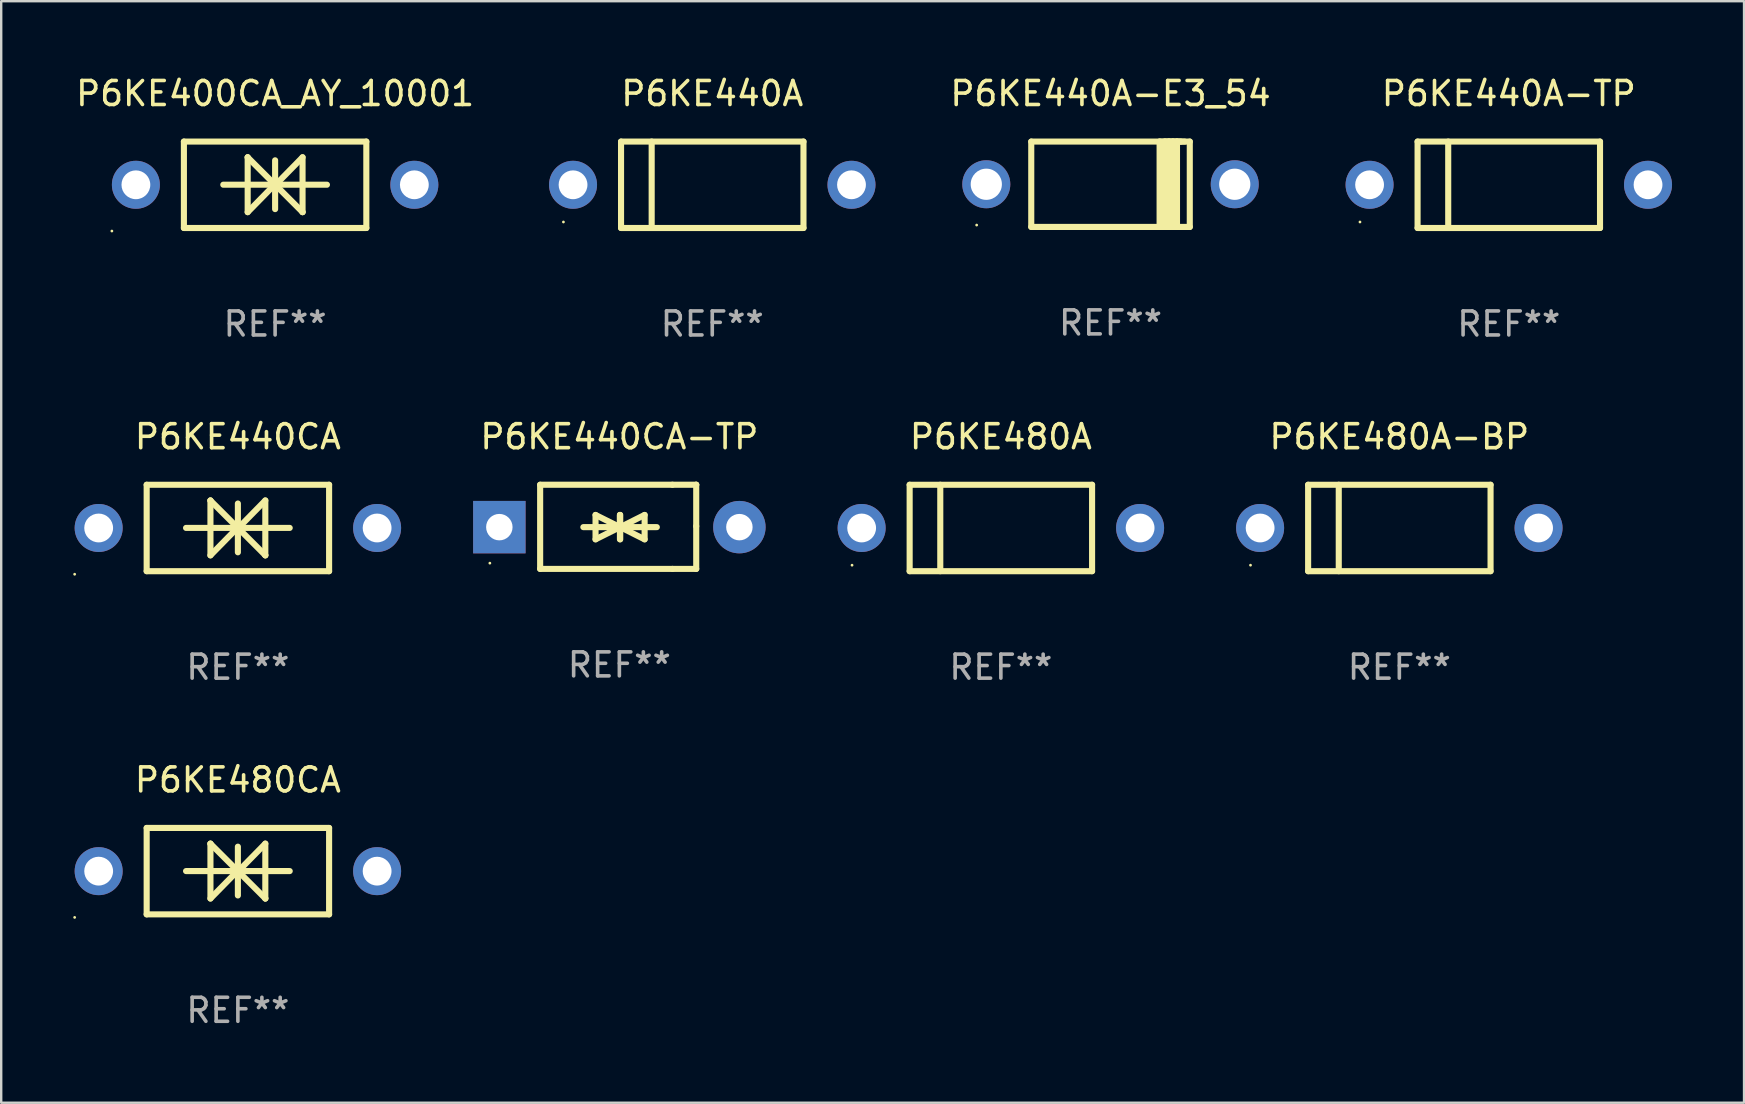
<source format=kicad_pcb>
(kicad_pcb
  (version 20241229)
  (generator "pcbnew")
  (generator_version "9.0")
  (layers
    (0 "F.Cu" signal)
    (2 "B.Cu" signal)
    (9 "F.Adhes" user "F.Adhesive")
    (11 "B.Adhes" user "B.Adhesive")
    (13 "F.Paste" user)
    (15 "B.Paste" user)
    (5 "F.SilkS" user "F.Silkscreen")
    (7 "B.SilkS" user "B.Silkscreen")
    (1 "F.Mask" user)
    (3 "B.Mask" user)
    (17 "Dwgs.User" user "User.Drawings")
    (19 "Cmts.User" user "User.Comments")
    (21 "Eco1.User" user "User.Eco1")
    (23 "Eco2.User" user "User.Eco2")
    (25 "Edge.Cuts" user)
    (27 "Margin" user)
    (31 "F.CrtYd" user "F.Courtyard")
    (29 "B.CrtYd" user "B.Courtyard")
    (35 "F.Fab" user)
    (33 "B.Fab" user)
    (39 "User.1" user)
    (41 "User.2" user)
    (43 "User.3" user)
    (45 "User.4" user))
  (footprint "P6KE440A-E3_54"
    (layer "F.Cu")
    (at 43.213 4.626)
    (property "Reference" "P6KE440A-E3_54" (at 0 -3.778 0) (layer "F.SilkS") (effects (font (size 1 1) (thickness 0.15))))
    (attr through_hole)
    (fp_line (start -3.302 -1.778) (end -3.302 1.778) (stroke (width 0.254) (type solid)) (layer "F.SilkS"))
    (fp_line (start -3.302 1.778) (end 3.302 1.778) (stroke (width 0.254) (type solid)) (layer "F.SilkS"))
    (fp_line (start 2.045 -1.778) (end 2.045 1.778) (stroke (width 0.254) (type solid)) (layer "F.SilkS"))
    (fp_line (start 2.261 -1.778) (end 2.261 1.778) (stroke (width 0.254) (type solid)) (layer "F.SilkS"))
    (fp_line (start 2.421 -1.778) (end 2.045 -1.778) (stroke (width 0.254) (type solid)) (layer "F.SilkS"))
    (fp_line (start 2.439 -1.778) (end 2.439 1.778) (stroke (width 0.254) (type solid)) (layer "F.SilkS"))
    (fp_line (start 2.579 -1.778) (end 2.261 -1.778) (stroke (width 0.254) (type solid)) (layer "F.SilkS"))
    (fp_line (start 2.604 -1.778) (end 2.604 1.778) (stroke (width 0.254) (type solid)) (layer "F.SilkS"))
    (fp_line (start 2.757 -1.778) (end 2.439 -1.778) (stroke (width 0.254) (type solid)) (layer "F.SilkS"))
    (fp_line (start 2.769 -1.778) (end 2.769 1.778) (stroke (width 0.254) (type solid)) (layer "F.SilkS"))
    (fp_line (start 2.922 -1.778) (end 2.604 -1.778) (stroke (width 0.254) (type solid)) (layer "F.SilkS"))
    (fp_line (start 3.087 -1.778) (end 2.769 -1.778) (stroke (width 0.254) (type solid)) (layer "F.SilkS"))
    (fp_line (start 3.302 -1.778) (end -3.302 -1.778) (stroke (width 0.254) (type solid)) (layer "F.SilkS"))
    (fp_line (start 3.302 1.778) (end 3.302 -1.778) (stroke (width 0.254) (type solid)) (layer "F.SilkS"))
    (fp_circle (center -5.576 1.7) (end -5.546 1.7) (stroke (width 0.06) (type solid)) (fill no) (layer "F.SilkS"))
    (fp_text user "REF**" (at 0 5.778 0) (layer "F.Fab") (effects (font (size 1 1) (thickness 0.15))))
    (pad "1" thru_hole circle (at -5.175 0) (size 2 2) (drill 1.3) (layers "*.Cu" "*.Mask"))
    (pad "2" thru_hole circle (at 5.175 0) (size 2 2) (drill 1.3) (layers "*.Cu" "*.Mask")))
  (footprint "P6KE440A"
    (layer "F.Cu")
    (at 26.622 4.648)
    (property "Reference" "P6KE440A" (at 0 -3.8 0) (layer "F.SilkS") (effects (font (size 1 1) (thickness 0.15))))
    (attr through_hole)
    (fp_line (start -3.8 -1.8) (end -3.8 1.8) (stroke (width 0.254) (type solid)) (layer "F.SilkS"))
    (fp_line (start -3.8 -1.8) (end 3.8 -1.8) (stroke (width 0.254) (type solid)) (layer "F.SilkS"))
    (fp_line (start -3.8 1.8) (end 3.8 1.8) (stroke (width 0.254) (type solid)) (layer "F.SilkS"))
    (fp_line (start -2.524 -1.8) (end -2.524 1.8) (stroke (width 0.254) (type solid)) (layer "F.SilkS"))
    (fp_line (start 3.8 -1.8) (end 3.8 1.8) (stroke (width 0.254) (type solid)) (layer "F.SilkS"))
    (fp_circle (center -6.2 1.55) (end -6.17 1.55) (stroke (width 0.06) (type solid)) (fill no) (layer "F.SilkS"))
    (fp_text user "REF**" (at 0 5.8 0) (layer "F.Fab") (effects (font (size 1 1) (thickness 0.15))))
    (pad "1" thru_hole circle (at -5.8 0) (size 2 2) (drill 1.2) (layers "*.Cu" "*.Mask"))
    (pad "2" thru_hole circle (at 5.8 0) (size 2 2) (drill 1.2) (layers "*.Cu" "*.Mask")))
  (footprint "P6KE480CA"
    (layer "F.Cu")
    (at 6.86 33.241)
    (property "Reference" "P6KE480CA" (at 0 -3.8 0) (layer "F.SilkS") (effects (font (size 1 1) (thickness 0.15))))
    (attr through_hole)
    (fp_line (start -3.8 -1.8) (end -3.8 1.8) (stroke (width 0.254) (type solid)) (layer "F.SilkS"))
    (fp_line (start -3.8 -1.8) (end 3.8 -1.8) (stroke (width 0.254) (type solid)) (layer "F.SilkS"))
    (fp_line (start -3.8 1.8) (end 3.8 1.8) (stroke (width 0.254) (type solid)) (layer "F.SilkS"))
    (fp_line (start -2.159 -0.003) (end 2.159 -0.003) (stroke (width 0.254) (type solid)) (layer "F.SilkS"))
    (fp_line (start -1.143 -1.146) (end -1.143 1.14) (stroke (width 0.254) (type solid)) (layer "F.SilkS"))
    (fp_line (start -1.143 -1.143) (end -1.143 -1.146) (stroke (width 0.254) (type solid)) (layer "F.SilkS"))
    (fp_line (start 0 -1.019) (end 0 1.013) (stroke (width 0.254) (type solid)) (layer "F.SilkS"))
    (fp_line (start 0 -0.026) (end -1.143 1.14) (stroke (width 0.254) (type solid)) (layer "F.SilkS"))
    (fp_line (start 0 -0.006) (end 1.143 1.137) (stroke (width 0.254) (type solid)) (layer "F.SilkS"))
    (fp_line (start 0 0) (end -1.143 -1.143) (stroke (width 0.254) (type solid)) (layer "F.SilkS"))
    (fp_line (start 0 0.02) (end 1.143 -1.146) (stroke (width 0.254) (type solid)) (layer "F.SilkS"))
    (fp_line (start 1.143 1.137) (end 1.143 1.14) (stroke (width 0.254) (type solid)) (layer "F.SilkS"))
    (fp_line (start 1.143 1.14) (end 1.143 -1.146) (stroke (width 0.254) (type solid)) (layer "F.SilkS"))
    (fp_line (start 3.8 -1.8) (end 3.8 1.8) (stroke (width 0.254) (type solid)) (layer "F.SilkS"))
    (fp_circle (center -6.8 1.927) (end -6.77 1.927) (stroke (width 0.06) (type solid)) (fill no) (layer "F.SilkS"))
    (fp_text user "REF**" (at 0 5.8 0) (layer "F.Fab") (effects (font (size 1 1) (thickness 0.15))))
    (pad "1" thru_hole circle (at -5.8 0) (size 2 2) (drill 1.2) (layers "*.Cu" "*.Mask"))
    (pad "2" thru_hole circle (at 5.8 0) (size 2 2) (drill 1.2) (layers "*.Cu" "*.Mask")))
  (footprint "P6KE480A"
    (layer "F.Cu")
    (at 38.645 18.945)
    (property "Reference" "P6KE480A" (at 0 -3.8 0) (layer "F.SilkS") (effects (font (size 1 1) (thickness 0.15))))
    (attr through_hole)
    (fp_line (start -3.8 -1.8) (end -3.8 1.8) (stroke (width 0.254) (type solid)) (layer "F.SilkS"))
    (fp_line (start -3.8 -1.8) (end 3.8 -1.8) (stroke (width 0.254) (type solid)) (layer "F.SilkS"))
    (fp_line (start -3.8 1.8) (end 3.8 1.8) (stroke (width 0.254) (type solid)) (layer "F.SilkS"))
    (fp_line (start -2.524 -1.8) (end -2.524 1.8) (stroke (width 0.254) (type solid)) (layer "F.SilkS"))
    (fp_line (start 3.8 -1.8) (end 3.8 1.8) (stroke (width 0.254) (type solid)) (layer "F.SilkS"))
    (fp_circle (center -6.2 1.55) (end -6.17 1.55) (stroke (width 0.06) (type solid)) (fill no) (layer "F.SilkS"))
    (fp_text user "REF**" (at 0 5.8 0) (layer "F.Fab") (effects (font (size 1 1) (thickness 0.15))))
    (pad "1" thru_hole circle (at -5.8 0) (size 2 2) (drill 1.2) (layers "*.Cu" "*.Mask"))
    (pad "2" thru_hole circle (at 5.8 0) (size 2 2) (drill 1.2) (layers "*.Cu" "*.Mask")))
  (footprint "P6KE440CA"
    (layer "F.Cu")
    (at 6.86 18.945)
    (property "Reference" "P6KE440CA" (at 0 -3.8 0) (layer "F.SilkS") (effects (font (size 1 1) (thickness 0.15))))
    (attr through_hole)
    (fp_line (start -3.8 -1.8) (end -3.8 1.8) (stroke (width 0.254) (type solid)) (layer "F.SilkS"))
    (fp_line (start -3.8 -1.8) (end 3.8 -1.8) (stroke (width 0.254) (type solid)) (layer "F.SilkS"))
    (fp_line (start -3.8 1.8) (end 3.8 1.8) (stroke (width 0.254) (type solid)) (layer "F.SilkS"))
    (fp_line (start -2.159 -0.003) (end 2.159 -0.003) (stroke (width 0.254) (type solid)) (layer "F.SilkS"))
    (fp_line (start -1.143 -1.146) (end -1.143 1.14) (stroke (width 0.254) (type solid)) (layer "F.SilkS"))
    (fp_line (start -1.143 -1.143) (end -1.143 -1.146) (stroke (width 0.254) (type solid)) (layer "F.SilkS"))
    (fp_line (start 0 -1.019) (end 0 1.013) (stroke (width 0.254) (type solid)) (layer "F.SilkS"))
    (fp_line (start 0 -0.026) (end -1.143 1.14) (stroke (width 0.254) (type solid)) (layer "F.SilkS"))
    (fp_line (start 0 -0.006) (end 1.143 1.137) (stroke (width 0.254) (type solid)) (layer "F.SilkS"))
    (fp_line (start 0 0) (end -1.143 -1.143) (stroke (width 0.254) (type solid)) (layer "F.SilkS"))
    (fp_line (start 0 0.02) (end 1.143 -1.146) (stroke (width 0.254) (type solid)) (layer "F.SilkS"))
    (fp_line (start 1.143 1.137) (end 1.143 1.14) (stroke (width 0.254) (type solid)) (layer "F.SilkS"))
    (fp_line (start 1.143 1.14) (end 1.143 -1.146) (stroke (width 0.254) (type solid)) (layer "F.SilkS"))
    (fp_line (start 3.8 -1.8) (end 3.8 1.8) (stroke (width 0.254) (type solid)) (layer "F.SilkS"))
    (fp_circle (center -6.8 1.927) (end -6.77 1.927) (stroke (width 0.06) (type solid)) (fill no) (layer "F.SilkS"))
    (fp_text user "REF**" (at 0 5.8 0) (layer "F.Fab") (effects (font (size 1 1) (thickness 0.15))))
    (pad "1" thru_hole circle (at -5.8 0) (size 2 2) (drill 1.2) (layers "*.Cu" "*.Mask"))
    (pad "2" thru_hole circle (at 5.8 0) (size 2 2) (drill 1.2) (layers "*.Cu" "*.Mask")))
  (footprint "P6KE440CA-TP"
    (layer "F.Cu")
    (at 22.752 18.897)
    (property "Reference" "P6KE440CA-TP" (at 0 -3.753 0) (layer "F.SilkS") (effects (font (size 1 1) (thickness 0.15))))
    (attr through_hole)
    (fp_line (start -3.3 -1.753) (end 2.212 -1.753) (stroke (width 0.254) (type solid)) (layer "F.SilkS"))
    (fp_line (start -3.3 1.753) (end -3.3 -1.753) (stroke (width 0.254) (type solid)) (layer "F.SilkS"))
    (fp_line (start -1.5 0.013) (end 0.532 0.013) (stroke (width 0.254) (type solid)) (layer "F.SilkS"))
    (fp_line (start -0.992 -0.495) (end -0.992 0.521) (stroke (width 0.254) (type solid)) (layer "F.SilkS"))
    (fp_line (start -0.992 0.521) (end 0.024 0.013) (stroke (width 0.254) (type solid)) (layer "F.SilkS"))
    (fp_line (start 0.024 -0.495) (end 0.024 0.521) (stroke (width 0.254) (type solid)) (layer "F.SilkS"))
    (fp_line (start 0.024 0.013) (end -0.992 -0.495) (stroke (width 0.254) (type solid)) (layer "F.SilkS"))
    (fp_line (start 0.024 0.013) (end 0.024 -0.495) (stroke (width 0.254) (type solid)) (layer "F.SilkS"))
    (fp_line (start 0.036 0.013) (end 1.052 0.521) (stroke (width 0.254) (type solid)) (layer "F.SilkS"))
    (fp_line (start 0.036 0.521) (end 0.036 -0.495) (stroke (width 0.254) (type solid)) (layer "F.SilkS"))
    (fp_line (start 1.052 -0.495) (end 0.036 0.013) (stroke (width 0.254) (type solid)) (layer "F.SilkS"))
    (fp_line (start 1.052 0.521) (end 1.052 -0.495) (stroke (width 0.254) (type solid)) (layer "F.SilkS"))
    (fp_line (start 1.56 0.013) (end -0.472 0.013) (stroke (width 0.254) (type solid)) (layer "F.SilkS"))
    (fp_line (start 2.212 -1.753) (end 3.202 -1.753) (stroke (width 0.254) (type solid)) (layer "F.SilkS"))
    (fp_line (start 2.212 1.753) (end -3.3 1.753) (stroke (width 0.254) (type solid)) (layer "F.SilkS"))
    (fp_line (start 3.202 -1.753) (end 3.202 -1.753) (stroke (width 0.254) (type solid)) (layer "F.SilkS"))
    (fp_line (start 3.202 -1.753) (end 3.202 -0.025) (stroke (width 0.254) (type solid)) (layer "F.SilkS"))
    (fp_line (start 3.202 -0.025) (end 3.202 1.753) (stroke (width 0.254) (type solid)) (layer "F.SilkS"))
    (fp_line (start 3.202 1.753) (end 2.212 1.753) (stroke (width 0.254) (type solid)) (layer "F.SilkS"))
    (fp_circle (center -5.395 1.513) (end -5.365 1.513) (stroke (width 0.06) (type solid)) (fill no) (layer "F.SilkS"))
    (fp_text user "REF**" (at 0 5.753 0) (layer "F.Fab") (effects (font (size 1 1) (thickness 0.15))))
    (pad "1" thru_hole rect (at -5 0.013 180) (size 2.184 2.184) (drill 1.102) (layers "*.Cu" "*.Mask"))
    (pad "2" thru_hole circle (at 5 0.013) (size 2.184 2.184) (drill 1.102) (layers "*.Cu" "*.Mask")))
  (footprint "P6KE400CA_AY_10001"
    (layer "F.Cu")
    (at 8.411 4.648)
    (property "Reference" "P6KE400CA_AY_10001" (at 0 -3.8 0) (layer "F.SilkS") (effects (font (size 1 1) (thickness 0.15))))
    (attr through_hole)
    (fp_line (start -3.8 -1.8) (end -3.8 1.8) (stroke (width 0.254) (type solid)) (layer "F.SilkS"))
    (fp_line (start -3.8 -1.8) (end 3.8 -1.8) (stroke (width 0.254) (type solid)) (layer "F.SilkS"))
    (fp_line (start -3.8 1.8) (end 3.8 1.8) (stroke (width 0.254) (type solid)) (layer "F.SilkS"))
    (fp_line (start -2.159 -0.003) (end 2.159 -0.003) (stroke (width 0.254) (type solid)) (layer "F.SilkS"))
    (fp_line (start -1.143 -1.146) (end -1.143 1.14) (stroke (width 0.254) (type solid)) (layer "F.SilkS"))
    (fp_line (start -1.143 -1.143) (end -1.143 -1.146) (stroke (width 0.254) (type solid)) (layer "F.SilkS"))
    (fp_line (start 0 -1.019) (end 0 1.013) (stroke (width 0.254) (type solid)) (layer "F.SilkS"))
    (fp_line (start 0 -0.026) (end -1.143 1.14) (stroke (width 0.254) (type solid)) (layer "F.SilkS"))
    (fp_line (start 0 -0.006) (end 1.143 1.137) (stroke (width 0.254) (type solid)) (layer "F.SilkS"))
    (fp_line (start 0 0) (end -1.143 -1.143) (stroke (width 0.254) (type solid)) (layer "F.SilkS"))
    (fp_line (start 0 0.02) (end 1.143 -1.146) (stroke (width 0.254) (type solid)) (layer "F.SilkS"))
    (fp_line (start 1.143 1.137) (end 1.143 1.14) (stroke (width 0.254) (type solid)) (layer "F.SilkS"))
    (fp_line (start 1.143 1.14) (end 1.143 -1.146) (stroke (width 0.254) (type solid)) (layer "F.SilkS"))
    (fp_line (start 3.8 -1.8) (end 3.8 1.8) (stroke (width 0.254) (type solid)) (layer "F.SilkS"))
    (fp_circle (center -6.8 1.927) (end -6.77 1.927) (stroke (width 0.06) (type solid)) (fill no) (layer "F.SilkS"))
    (fp_text user "REF**" (at 0 5.8 0) (layer "F.Fab") (effects (font (size 1 1) (thickness 0.15))))
    (pad "1" thru_hole circle (at -5.8 0) (size 2 2) (drill 1.2) (layers "*.Cu" "*.Mask"))
    (pad "2" thru_hole circle (at 5.8 0) (size 2 2) (drill 1.2) (layers "*.Cu" "*.Mask")))
  (footprint "P6KE480A-BP"
    (layer "F.Cu")
    (at 55.245 18.945)
    (property "Reference" "P6KE480A-BP" (at 0 -3.8 0) (layer "F.SilkS") (effects (font (size 1 1) (thickness 0.15))))
    (attr through_hole)
    (fp_line (start -3.8 -1.8) (end -3.8 1.8) (stroke (width 0.254) (type solid)) (layer "F.SilkS"))
    (fp_line (start -3.8 -1.8) (end 3.8 -1.8) (stroke (width 0.254) (type solid)) (layer "F.SilkS"))
    (fp_line (start -3.8 1.8) (end 3.8 1.8) (stroke (width 0.254) (type solid)) (layer "F.SilkS"))
    (fp_line (start -2.524 -1.8) (end -2.524 1.8) (stroke (width 0.254) (type solid)) (layer "F.SilkS"))
    (fp_line (start 3.8 -1.8) (end 3.8 1.8) (stroke (width 0.254) (type solid)) (layer "F.SilkS"))
    (fp_circle (center -6.2 1.55) (end -6.17 1.55) (stroke (width 0.06) (type solid)) (fill no) (layer "F.SilkS"))
    (fp_text user "REF**" (at 0 5.8 0) (layer "F.Fab") (effects (font (size 1 1) (thickness 0.15))))
    (pad "1" thru_hole circle (at -5.8 0) (size 2 2) (drill 1.2) (layers "*.Cu" "*.Mask"))
    (pad "2" thru_hole circle (at 5.8 0) (size 2 2) (drill 1.2) (layers "*.Cu" "*.Mask")))
  (footprint "P6KE440A-TP"
    (layer "F.Cu")
    (at 59.805 4.648)
    (property "Reference" "P6KE440A-TP" (at 0 -3.8 0) (layer "F.SilkS") (effects (font (size 1 1) (thickness 0.15))))
    (attr through_hole)
    (fp_line (start -3.8 -1.8) (end -3.8 1.8) (stroke (width 0.254) (type solid)) (layer "F.SilkS"))
    (fp_line (start -3.8 -1.8) (end 3.8 -1.8) (stroke (width 0.254) (type solid)) (layer "F.SilkS"))
    (fp_line (start -3.8 1.8) (end 3.8 1.8) (stroke (width 0.254) (type solid)) (layer "F.SilkS"))
    (fp_line (start -2.524 -1.8) (end -2.524 1.8) (stroke (width 0.254) (type solid)) (layer "F.SilkS"))
    (fp_line (start 3.8 -1.8) (end 3.8 1.8) (stroke (width 0.254) (type solid)) (layer "F.SilkS"))
    (fp_circle (center -6.2 1.55) (end -6.17 1.55) (stroke (width 0.06) (type solid)) (fill no) (layer "F.SilkS"))
    (fp_text user "REF**" (at 0 5.8 0) (layer "F.Fab") (effects (font (size 1 1) (thickness 0.15))))
    (pad "1" thru_hole circle (at -5.8 0) (size 2 2) (drill 1.2) (layers "*.Cu" "*.Mask"))
    (pad "2" thru_hole circle (at 5.8 0) (size 2 2) (drill 1.2) (layers "*.Cu" "*.Mask")))
  (gr_rect
    (start -3 -3)
    (end 69.605 42.889)
    (stroke (width 0.1) (type default))
    (fill no)
    (layer "Edge.Cuts")))
</source>
